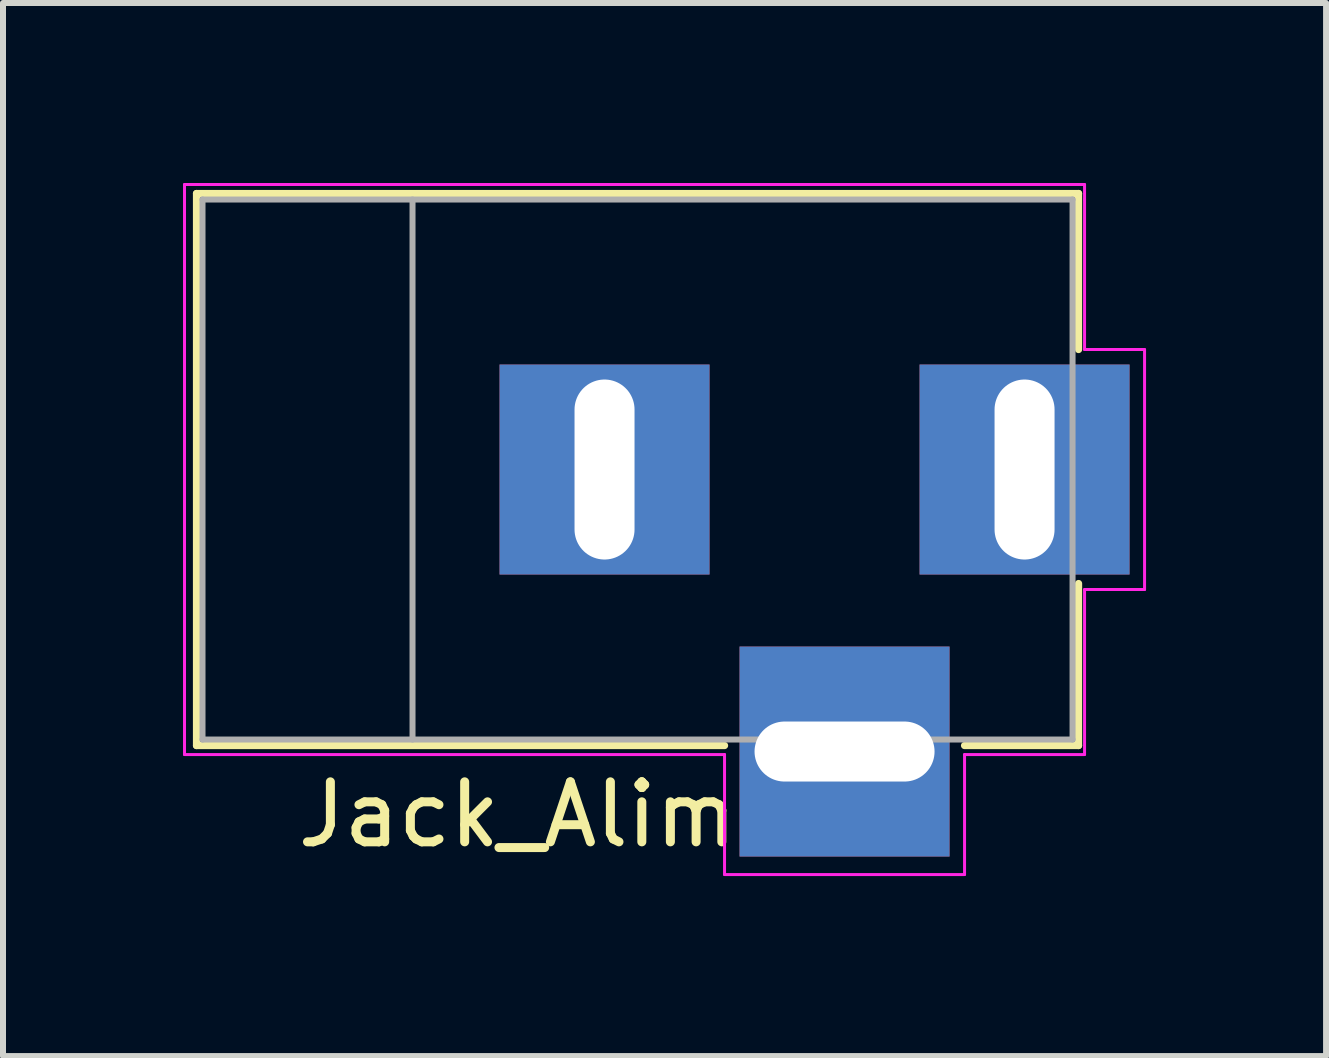
<source format=kicad_pcb>
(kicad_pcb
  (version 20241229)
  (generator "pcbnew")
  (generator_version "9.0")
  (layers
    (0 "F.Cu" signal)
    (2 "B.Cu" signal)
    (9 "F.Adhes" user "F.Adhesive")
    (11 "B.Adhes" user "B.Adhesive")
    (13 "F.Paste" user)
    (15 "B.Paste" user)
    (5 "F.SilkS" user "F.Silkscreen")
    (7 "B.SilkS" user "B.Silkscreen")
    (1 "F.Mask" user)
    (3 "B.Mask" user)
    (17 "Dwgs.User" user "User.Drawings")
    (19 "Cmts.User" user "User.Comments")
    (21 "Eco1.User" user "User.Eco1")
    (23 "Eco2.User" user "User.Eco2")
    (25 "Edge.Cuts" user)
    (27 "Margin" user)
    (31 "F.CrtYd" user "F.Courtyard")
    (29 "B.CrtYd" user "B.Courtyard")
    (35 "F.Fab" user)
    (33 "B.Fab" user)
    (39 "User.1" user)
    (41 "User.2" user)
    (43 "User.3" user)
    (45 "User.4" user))
  (footprint "Jack_Alim"
    (layer "F.Cu")
    (at 14.025 4.775)
    (property "Reference" "Jack_Alim" (at -8.45 5.75 180) (layer "F.SilkS") (effects (font (size 1 1) (thickness 0.15))))
    (attr through_hole)
    (fp_line (start -13.8 -4.6) (end 0.9 -4.6) (stroke (width 0.12) (type solid)) (layer "F.SilkS"))
    (fp_line (start -13.8 4.6) (end -13.8 -4.6) (stroke (width 0.12) (type solid)) (layer "F.SilkS"))
    (fp_line (start -5 4.6) (end -13.8 4.6) (stroke (width 0.12) (type solid)) (layer "F.SilkS"))
    (fp_line (start 0.9 -4.6) (end 0.9 -2) (stroke (width 0.12) (type solid)) (layer "F.SilkS"))
    (fp_line (start 0.9 1.9) (end 0.9 4.6) (stroke (width 0.12) (type solid)) (layer "F.SilkS"))
    (fp_line (start 0.9 4.6) (end -1 4.6) (stroke (width 0.12) (type solid)) (layer "F.SilkS"))
    (fp_line (start -14 4.75) (end -14 -4.75) (stroke (width 0.05) (type solid)) (layer "F.CrtYd"))
    (fp_line (start -5 4.75) (end -14 4.75) (stroke (width 0.05) (type solid)) (layer "F.CrtYd"))
    (fp_line (start -5 6.75) (end -5 4.75) (stroke (width 0.05) (type solid)) (layer "F.CrtYd"))
    (fp_line (start -1 4.75) (end -1 6.75) (stroke (width 0.05) (type solid)) (layer "F.CrtYd"))
    (fp_line (start -1 6.75) (end -5 6.75) (stroke (width 0.05) (type solid)) (layer "F.CrtYd"))
    (fp_line (start 1 -4.75) (end -14 -4.75) (stroke (width 0.05) (type solid)) (layer "F.CrtYd"))
    (fp_line (start 1 -4.5) (end 1 -4.75) (stroke (width 0.05) (type solid)) (layer "F.CrtYd"))
    (fp_line (start 1 -4.5) (end 1 -2) (stroke (width 0.05) (type solid)) (layer "F.CrtYd"))
    (fp_line (start 1 -2) (end 2 -2) (stroke (width 0.05) (type solid)) (layer "F.CrtYd"))
    (fp_line (start 1 2) (end 1 4.75) (stroke (width 0.05) (type solid)) (layer "F.CrtYd"))
    (fp_line (start 1 4.75) (end -1 4.75) (stroke (width 0.05) (type solid)) (layer "F.CrtYd"))
    (fp_line (start 2 -2) (end 2 2) (stroke (width 0.05) (type solid)) (layer "F.CrtYd"))
    (fp_line (start 2 2) (end 1 2) (stroke (width 0.05) (type solid)) (layer "F.CrtYd"))
    (fp_line (start -13.7 -4.5) (end -13.7 4.5) (stroke (width 0.1) (type solid)) (layer "F.Fab"))
    (fp_line (start -13.7 4.5) (end 0.8 4.5) (stroke (width 0.1) (type solid)) (layer "F.Fab"))
    (fp_line (start -10.2 -4.5) (end -10.2 4.5) (stroke (width 0.1) (type solid)) (layer "F.Fab"))
    (fp_line (start 0.8 -4.5) (end -13.7 -4.5) (stroke (width 0.1) (type solid)) (layer "F.Fab"))
    (fp_line (start 0.8 4.5) (end 0.8 -4.5) (stroke (width 0.1) (type solid)) (layer "F.Fab"))
    (pad "1" thru_hole rect (at 0 0) (size 3.5 3.5) (drill oval 1 3) (layers "*.Cu" "*.Mask"))
    (pad "2" thru_hole rect (at -7 0) (size 3.5 3.5) (drill oval 1 3) (layers "*.Cu" "*.Mask"))
    (pad "3" thru_hole rect (at -3 4.7) (size 3.5 3.5) (drill oval 3 1) (layers "*.Cu" "*.Mask")))
  (gr_rect
    (start -3 -3)
    (end 19.05 14.55)
    (stroke (width 0.1) (type default))
    (fill no)
    (layer "Edge.Cuts")))
</source>
